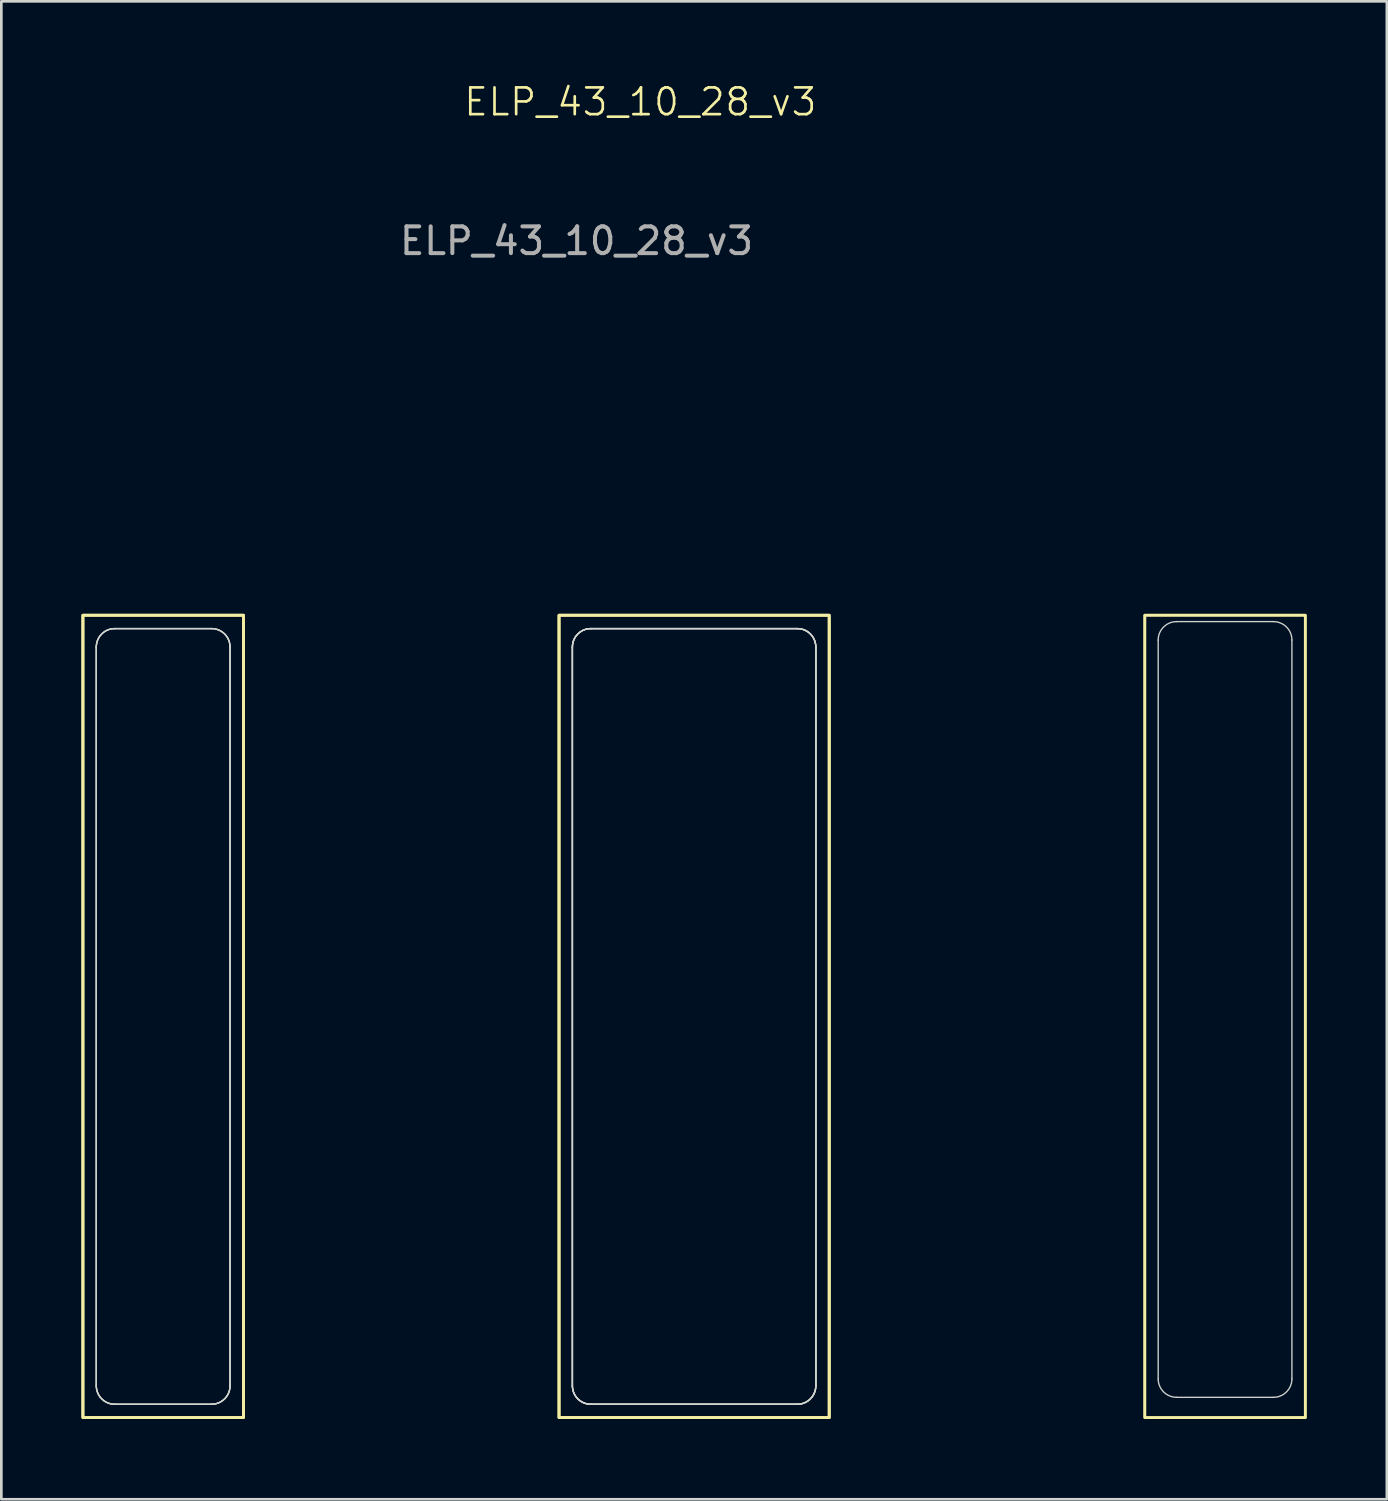
<source format=kicad_pcb>
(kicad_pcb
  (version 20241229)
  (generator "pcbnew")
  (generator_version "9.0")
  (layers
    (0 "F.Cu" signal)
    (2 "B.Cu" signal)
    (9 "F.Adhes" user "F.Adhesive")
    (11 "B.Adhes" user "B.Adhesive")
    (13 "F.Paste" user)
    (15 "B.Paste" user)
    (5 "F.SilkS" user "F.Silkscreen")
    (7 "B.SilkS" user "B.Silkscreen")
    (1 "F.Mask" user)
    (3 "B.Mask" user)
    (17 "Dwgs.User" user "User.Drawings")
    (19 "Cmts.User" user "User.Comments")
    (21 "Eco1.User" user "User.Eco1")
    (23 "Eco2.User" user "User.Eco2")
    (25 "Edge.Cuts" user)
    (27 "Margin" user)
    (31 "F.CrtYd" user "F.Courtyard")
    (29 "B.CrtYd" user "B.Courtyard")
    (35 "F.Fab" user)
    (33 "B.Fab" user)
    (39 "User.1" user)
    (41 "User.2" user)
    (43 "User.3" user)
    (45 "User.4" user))
  (footprint "ELP_43_10_28_v3"
    (layer "F.Cu")
    (at 20.89 1.26)
    (property "Reference" "ELP_43_10_28_v3" (at 0 -0.5 0) (unlocked yes) (layer "F.SilkS") (effects (font (size 1 1) (thickness 0.1))))
    (fp_rect (start -20.84 18.69) (end -14.84 48.69) (stroke (width 0.1) (type solid)) (fill no) (layer "F.SilkS"))
    (fp_rect (start -20.84 18.69) (end -14.84 48.69) (stroke (width 0.1) (type solid)) (fill no) (layer "F.SilkS"))
    (fp_rect (start -20.84 18.69) (end -14.84 48.69) (stroke (width 0.1) (type solid)) (fill no) (layer "F.SilkS"))
    (fp_rect (start -3.04 18.69) (end 7.06 48.69) (stroke (width 0.1) (type solid)) (fill no) (layer "F.SilkS"))
    (fp_rect (start -3.04 18.69) (end 7.06 48.69) (stroke (width 0.1) (type solid)) (fill no) (layer "F.SilkS"))
    (fp_rect (start -3.04 18.69) (end 7.06 48.69) (stroke (width 0.1) (type solid)) (fill no) (layer "F.SilkS"))
    (fp_rect (start 18.86 18.69) (end 24.86 48.69) (stroke (width 0.1) (type solid)) (fill no) (layer "F.SilkS"))
    (fp_rect (start 18.86 18.69) (end 24.86 48.69) (stroke (width 0.1) (type solid)) (fill no) (layer "F.SilkS"))
    (fp_rect (start -19.74 19.74) (end -15.94 47.64) (stroke (width 0.05) (type solid)) (fill no) (layer "Eco2.User"))
    (fp_rect (start -19.74 19.74) (end -15.94 47.64) (stroke (width 0.05) (type solid)) (fill no) (layer "Eco2.User"))
    (fp_rect (start -19.74 19.74) (end -15.94 47.64) (stroke (width 0.05) (type solid)) (fill no) (layer "Eco2.User"))
    (fp_rect (start -19.74 19.74) (end 23.76 47.64) (stroke (width 0.05) (type default)) (fill no) (layer "Eco2.User"))
    (fp_rect (start -2.04 19.74) (end 6.06 47.64) (stroke (width 0.05) (type solid)) (fill no) (layer "Eco2.User"))
    (fp_rect (start -2.04 19.74) (end 6.06 47.64) (stroke (width 0.05) (type solid)) (fill no) (layer "Eco2.User"))
    (fp_rect (start -2.04 19.74) (end 6.06 47.64) (stroke (width 0.05) (type solid)) (fill no) (layer "Eco2.User"))
    (fp_rect (start 19.96 19.74) (end 23.76 47.64) (stroke (width 0.05) (type solid)) (fill no) (layer "Eco2.User"))
    (fp_rect (start 19.96 19.74) (end 23.76 47.64) (stroke (width 0.05) (type solid)) (fill no) (layer "Eco2.User"))
    (fp_line (start -20.34 47.5) (end -20.34 19.88) (stroke (width 0.05) (type default)) (layer "Edge.Cuts"))
    (fp_line (start -20.34 47.5) (end -20.34 19.88) (stroke (width 0.05) (type default)) (layer "Edge.Cuts"))
    (fp_line (start -20.34 47.5) (end -20.34 19.88) (stroke (width 0.05) (type default)) (layer "Edge.Cuts"))
    (fp_line (start -19.65 19.19) (end -16.03 19.19) (stroke (width 0.05) (type default)) (layer "Edge.Cuts"))
    (fp_line (start -19.65 19.19) (end -16.03 19.19) (stroke (width 0.05) (type default)) (layer "Edge.Cuts"))
    (fp_line (start -19.65 19.19) (end -16.03 19.19) (stroke (width 0.05) (type default)) (layer "Edge.Cuts"))
    (fp_line (start -16.03 48.19) (end -19.65 48.19) (stroke (width 0.05) (type default)) (layer "Edge.Cuts"))
    (fp_line (start -16.03 48.19) (end -19.65 48.19) (stroke (width 0.05) (type default)) (layer "Edge.Cuts"))
    (fp_line (start -16.03 48.19) (end -19.65 48.19) (stroke (width 0.05) (type default)) (layer "Edge.Cuts"))
    (fp_line (start -15.34 19.88) (end -15.34 47.5) (stroke (width 0.05) (type default)) (layer "Edge.Cuts"))
    (fp_line (start -15.34 19.88) (end -15.34 47.5) (stroke (width 0.05) (type default)) (layer "Edge.Cuts"))
    (fp_line (start -15.34 19.88) (end -15.34 47.5) (stroke (width 0.05) (type default)) (layer "Edge.Cuts"))
    (fp_line (start -2.54 47.5) (end -2.54 19.88) (stroke (width 0.05) (type default)) (layer "Edge.Cuts"))
    (fp_line (start -2.54 47.5) (end -2.54 19.88) (stroke (width 0.05) (type default)) (layer "Edge.Cuts"))
    (fp_line (start -2.54 47.5) (end -2.54 19.88) (stroke (width 0.05) (type default)) (layer "Edge.Cuts"))
    (fp_line (start -2.54 47.5) (end -2.54 19.88) (stroke (width 0.05) (type default)) (layer "Edge.Cuts"))
    (fp_line (start -1.85 19.19) (end 5.87 19.19) (stroke (width 0.05) (type default)) (layer "Edge.Cuts"))
    (fp_line (start -1.85 19.19) (end 5.87 19.19) (stroke (width 0.05) (type default)) (layer "Edge.Cuts"))
    (fp_line (start -1.85 19.19) (end 5.87 19.19) (stroke (width 0.05) (type default)) (layer "Edge.Cuts"))
    (fp_line (start -1.85 19.19) (end 5.87 19.19) (stroke (width 0.05) (type default)) (layer "Edge.Cuts"))
    (fp_line (start 5.87 48.19) (end -1.85 48.19) (stroke (width 0.05) (type default)) (layer "Edge.Cuts"))
    (fp_line (start 5.87 48.19) (end -1.85 48.19) (stroke (width 0.05) (type default)) (layer "Edge.Cuts"))
    (fp_line (start 5.87 48.19) (end -1.85 48.19) (stroke (width 0.05) (type default)) (layer "Edge.Cuts"))
    (fp_line (start 5.87 48.19) (end -1.85 48.19) (stroke (width 0.05) (type default)) (layer "Edge.Cuts"))
    (fp_line (start 6.56 19.88) (end 6.56 47.5) (stroke (width 0.05) (type default)) (layer "Edge.Cuts"))
    (fp_line (start 6.56 19.88) (end 6.56 47.5) (stroke (width 0.05) (type default)) (layer "Edge.Cuts"))
    (fp_line (start 6.56 19.88) (end 6.56 47.5) (stroke (width 0.05) (type default)) (layer "Edge.Cuts"))
    (fp_line (start 6.56 19.88) (end 6.56 47.5) (stroke (width 0.05) (type default)) (layer "Edge.Cuts"))
    (fp_line (start 19.36 47.24) (end 19.36 19.62) (stroke (width 0.05) (type default)) (layer "Edge.Cuts"))
    (fp_line (start 20.05 18.93) (end 23.67 18.93) (stroke (width 0.05) (type default)) (layer "Edge.Cuts"))
    (fp_line (start 23.67 47.93) (end 20.05 47.93) (stroke (width 0.05) (type default)) (layer "Edge.Cuts"))
    (fp_line (start 24.36 19.62) (end 24.36 47.24) (stroke (width 0.05) (type default)) (layer "Edge.Cuts"))
    (fp_arc (start -20.34 19.880072) (mid -20.137883 19.392117) (end -19.649928 19.19) (stroke (width 0.05) (type solid)) (layer "Edge.Cuts"))
    (fp_arc (start -20.34 19.880072) (mid -20.137883 19.392117) (end -19.649928 19.19) (stroke (width 0.05) (type solid)) (layer "Edge.Cuts"))
    (fp_arc (start -20.34 19.880072) (mid -20.137883 19.392117) (end -19.649928 19.19) (stroke (width 0.05) (type solid)) (layer "Edge.Cuts"))
    (fp_arc (start -19.649928 48.19) (mid -20.137883 47.987883) (end -20.34 47.499928) (stroke (width 0.05) (type solid)) (layer "Edge.Cuts"))
    (fp_arc (start -19.649928 48.19) (mid -20.137883 47.987883) (end -20.34 47.499928) (stroke (width 0.05) (type solid)) (layer "Edge.Cuts"))
    (fp_arc (start -19.649928 48.19) (mid -20.137882 47.987883) (end -20.34 47.499928) (stroke (width 0.05) (type solid)) (layer "Edge.Cuts"))
    (fp_arc (start -16.030072 19.19) (mid -15.542117 19.392117) (end -15.34 19.880072) (stroke (width 0.05) (type solid)) (layer "Edge.Cuts"))
    (fp_arc (start -16.030072 19.19) (mid -15.542117 19.392117) (end -15.34 19.880072) (stroke (width 0.05) (type solid)) (layer "Edge.Cuts"))
    (fp_arc (start -16.030072 19.19) (mid -15.542116 19.392117) (end -15.34 19.880072) (stroke (width 0.05) (type solid)) (layer "Edge.Cuts"))
    (fp_arc (start -15.34 47.499928) (mid -15.542117 47.987883) (end -16.030072 48.19) (stroke (width 0.05) (type solid)) (layer "Edge.Cuts"))
    (fp_arc (start -15.34 47.499928) (mid -15.542117 47.987883) (end -16.030072 48.19) (stroke (width 0.05) (type solid)) (layer "Edge.Cuts"))
    (fp_arc (start -15.34 47.499928) (mid -15.542116 47.987884) (end -16.030072 48.19) (stroke (width 0.05) (type solid)) (layer "Edge.Cuts"))
    (fp_arc (start -2.54 19.880072) (mid -2.337884 19.392108) (end -1.849928 19.19) (stroke (width 0.05) (type solid)) (layer "Edge.Cuts"))
    (fp_arc (start -2.54 19.880072) (mid -2.337883 19.392117) (end -1.849928 19.19) (stroke (width 0.05) (type solid)) (layer "Edge.Cuts"))
    (fp_arc (start -2.54 19.880072) (mid -2.337883 19.392117) (end -1.849928 19.19) (stroke (width 0.05) (type solid)) (layer "Edge.Cuts"))
    (fp_arc (start -2.54 19.880072) (mid -2.337883 19.392117) (end -1.849928 19.19) (stroke (width 0.05) (type solid)) (layer "Edge.Cuts"))
    (fp_arc (start -1.849928 48.19) (mid -2.337884 47.987883) (end -2.54 47.499928) (stroke (width 0.05) (type solid)) (layer "Edge.Cuts"))
    (fp_arc (start -1.849928 48.19) (mid -2.337884 47.987883) (end -2.54 47.499928) (stroke (width 0.05) (type solid)) (layer "Edge.Cuts"))
    (fp_arc (start -1.849928 48.19) (mid -2.337884 47.987883) (end -2.54 47.499928) (stroke (width 0.05) (type solid)) (layer "Edge.Cuts"))
    (fp_arc (start -1.849928 48.19) (mid -2.337849 47.98787) (end -2.54 47.499928) (stroke (width 0.05) (type solid)) (layer "Edge.Cuts"))
    (fp_arc (start 5.869928 19.19) (mid 6.357864 19.392127) (end 6.56 19.880072) (stroke (width 0.05) (type solid)) (layer "Edge.Cuts"))
    (fp_arc (start 5.869928 19.19) (mid 6.357882 19.392117) (end 6.56 19.880072) (stroke (width 0.05) (type solid)) (layer "Edge.Cuts"))
    (fp_arc (start 5.869928 19.19) (mid 6.357882 19.392117) (end 6.56 19.880072) (stroke (width 0.05) (type solid)) (layer "Edge.Cuts"))
    (fp_arc (start 5.869928 19.19) (mid 6.357882 19.392117) (end 6.56 19.880072) (stroke (width 0.05) (type solid)) (layer "Edge.Cuts"))
    (fp_arc (start 6.56 47.499928) (mid 6.357882 47.987882) (end 5.869928 48.19) (stroke (width 0.05) (type solid)) (layer "Edge.Cuts"))
    (fp_arc (start 6.56 47.499928) (mid 6.357882 47.987882) (end 5.869928 48.19) (stroke (width 0.05) (type solid)) (layer "Edge.Cuts"))
    (fp_arc (start 6.56 47.499928) (mid 6.357882 47.987882) (end 5.869928 48.19) (stroke (width 0.05) (type solid)) (layer "Edge.Cuts"))
    (fp_arc (start 6.56 47.499928) (mid 6.3579 47.987921) (end 5.869928 48.19) (stroke (width 0.05) (type solid)) (layer "Edge.Cuts"))
    (fp_arc (start 19.36 19.620072) (mid 19.562116 19.132108) (end 20.050072 18.93) (stroke (width 0.05) (type solid)) (layer "Edge.Cuts"))
    (fp_arc (start 20.050072 47.93) (mid 19.562151 47.72787) (end 19.36 47.239928) (stroke (width 0.05) (type solid)) (layer "Edge.Cuts"))
    (fp_arc (start 23.669928 18.93) (mid 24.157864 19.132127) (end 24.36 19.620072) (stroke (width 0.05) (type solid)) (layer "Edge.Cuts"))
    (fp_arc (start 24.36 47.239928) (mid 24.1579 47.727921) (end 23.669928 47.93) (stroke (width 0.05) (type solid)) (layer "Edge.Cuts"))
    (fp_text user "meas : 3.8-3.9mm +0.5*2= 5" (at -12.19 11.99 0) (unlocked yes) (layer "Eco2.User") (effects (font (size 1 1) (thickness 0.15)) (justify left bottom)))
    (fp_text user "meas : 27.8-27.9mm +0.5*2= 29" (at -12.19 14.31 0) (unlocked yes) (layer "Eco2.User") (effects (font (size 1 1) (thickness 0.15)) (justify left bottom)))
    (fp_text user "meas : 8.1mm +0.5*2= 9.1" (at -12.19 9.57 0) (unlocked yes) (layer "Eco2.User") (effects (font (size 1 1) (thickness 0.15)) (justify left bottom)))
    (fp_text user "${REFERENCE}" (at -2.386 4.698 0) (unlocked yes) (layer "F.Fab") (effects (font (size 1 1) (thickness 0.15)))))
  (gr_rect
    (start -3 -3)
    (end 48.8 53.001)
    (stroke (width 0.1) (type default))
    (fill no)
    (layer "Edge.Cuts")))
</source>
